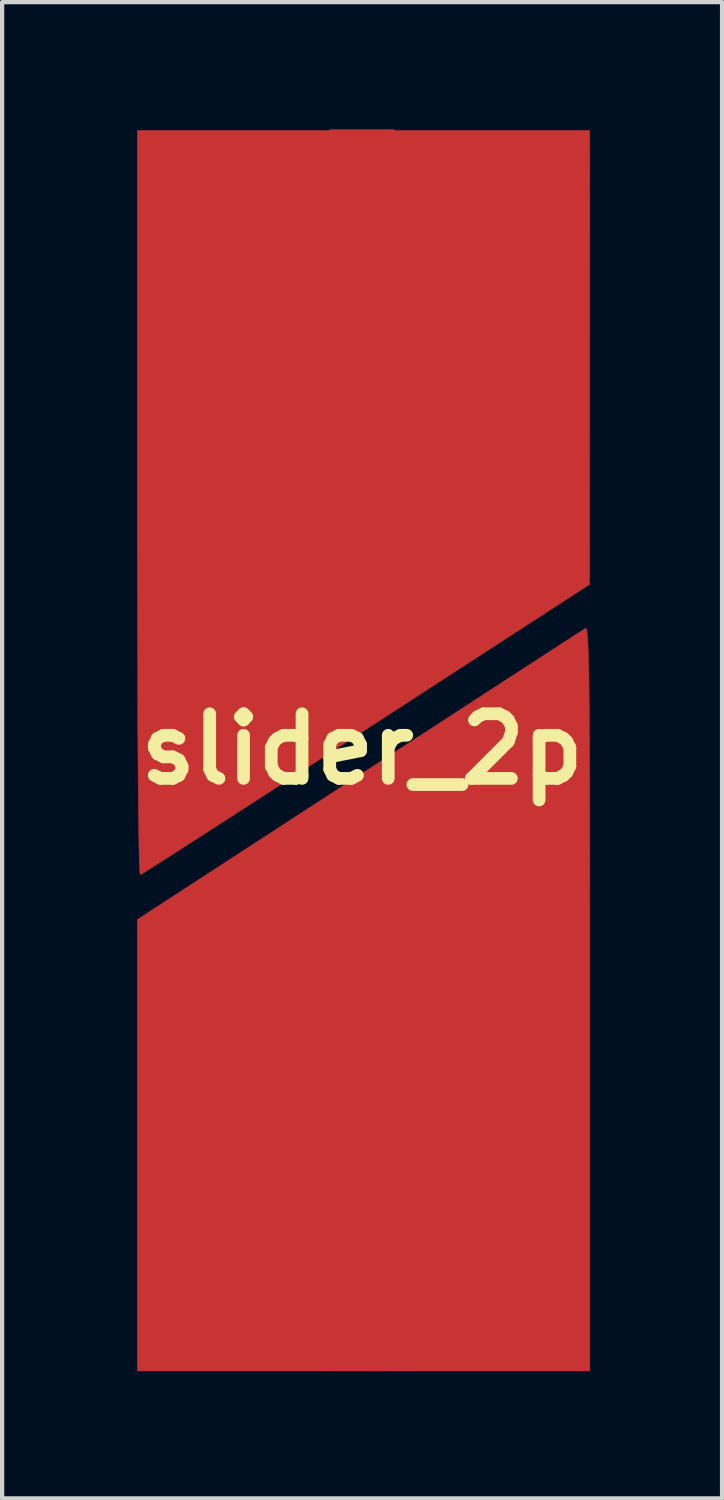
<source format=kicad_pcb>
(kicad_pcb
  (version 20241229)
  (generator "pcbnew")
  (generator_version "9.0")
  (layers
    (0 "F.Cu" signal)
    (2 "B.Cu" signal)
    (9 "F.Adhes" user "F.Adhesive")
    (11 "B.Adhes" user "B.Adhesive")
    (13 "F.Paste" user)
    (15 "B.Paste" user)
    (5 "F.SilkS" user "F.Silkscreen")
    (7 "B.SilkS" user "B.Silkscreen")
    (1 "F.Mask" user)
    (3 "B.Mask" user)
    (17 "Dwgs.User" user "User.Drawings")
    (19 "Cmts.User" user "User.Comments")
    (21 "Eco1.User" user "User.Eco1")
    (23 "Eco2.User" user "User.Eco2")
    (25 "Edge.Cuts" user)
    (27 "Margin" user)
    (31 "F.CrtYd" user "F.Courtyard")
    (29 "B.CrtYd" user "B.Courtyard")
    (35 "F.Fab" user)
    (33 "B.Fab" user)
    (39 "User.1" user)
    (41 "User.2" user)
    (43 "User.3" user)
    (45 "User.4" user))
  (footprint "slider_2p"
    (layer "F.Cu")
    (at 5.486 14.612)
    (property "Reference" "slider_2p" (at 0 0 0) (layer "F.SilkS") (effects (font (size 1.524 1.524) (thickness 0.3))))
    (attr through_hole)
    (fp_poly (pts (xy 5.363 -3.883) (xy 0.103 -0.472) (xy -0.688 0.041) (xy -1.444 0.53) (xy -2.156 0.991) (xy -2.817 1.418) (xy -3.416 1.805) (xy -3.945 2.146) (xy -4.395 2.435) (xy -4.757 2.667) (xy -5.023 2.836) (xy -5.182 2.937) (xy -5.227 2.963) (xy -5.239 2.895) (xy -5.249 2.685) (xy -5.259 2.334) (xy -5.267 1.846) (xy -5.275 1.224) (xy -5.281 0.469) (xy -5.287 -0.415) (xy -5.291 -1.425) (xy -5.294 -2.56) (xy -5.297 -3.817) (xy -5.298 -5.193) (xy -5.298 -5.8) (xy -5.298 -14.587) (xy 5.37 -14.587) (xy 5.363 -3.883)) (stroke (width 0.01) (type solid)) (fill yes) (layer "F.Cu"))
    (fp_poly (pts (xy 5.287 -2.843) (xy 5.3 -2.791) (xy 5.312 -2.69) (xy 5.323 -2.532) (xy 5.332 -2.311) (xy 5.34 -2.02) (xy 5.347 -1.652) (xy 5.353 -1.2) (xy 5.358 -0.656) (xy 5.362 -0.014) (xy 5.365 0.733) (xy 5.367 1.593) (xy 5.369 2.571) (xy 5.37 3.676) (xy 5.37 4.914) (xy 5.37 5.875) (xy 5.37 14.659) (xy -5.298 14.659) (xy -5.298 4.016) (xy -0.062 0.611) (xy 0.727 0.098) (xy 1.482 -0.393) (xy 2.195 -0.856) (xy 2.856 -1.286) (xy 3.455 -1.675) (xy 3.985 -2.019) (xy 4.436 -2.312) (xy 4.799 -2.547) (xy 5.066 -2.72) (xy 5.226 -2.823) (xy 5.272 -2.852) (xy 5.287 -2.843)) (stroke (width 0.01) (type solid)) (fill yes) (layer "F.Cu"))
    (pad "1" smd rect (at -0.1 13.9) (size 1.524 1.524) (layers "F.Cu"))
    (pad "2" smd rect (at 0 -13.85) (size 1.524 1.524) (layers "F.Cu")))
  (gr_rect
    (start -3 -3)
    (end 13.973 32.276)
    (stroke (width 0.1) (type default))
    (fill no)
    (layer "Edge.Cuts")))
</source>
